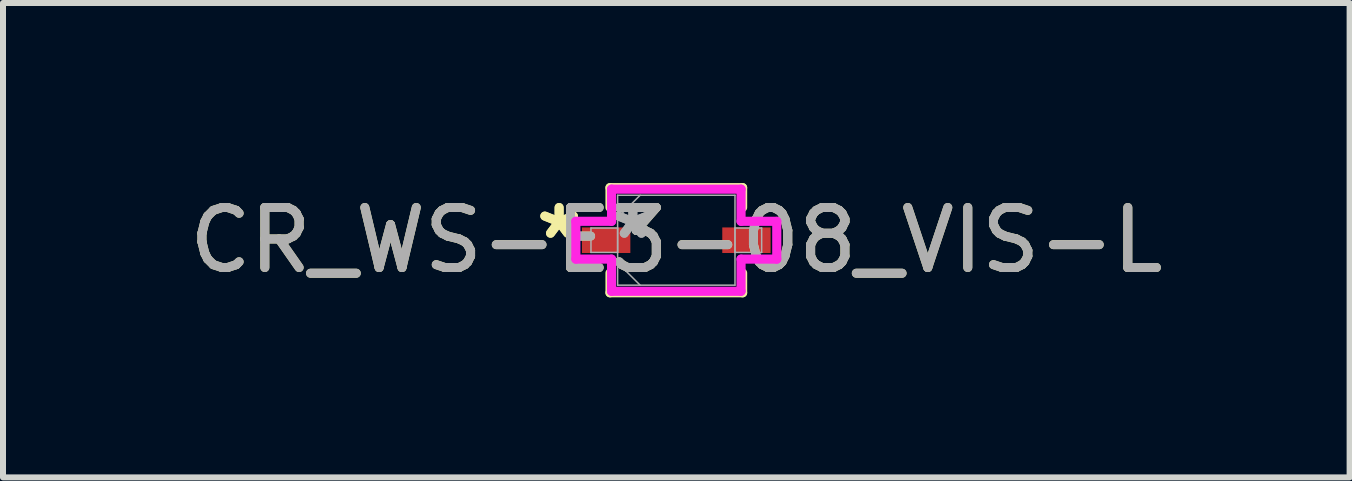
<source format=kicad_pcb>
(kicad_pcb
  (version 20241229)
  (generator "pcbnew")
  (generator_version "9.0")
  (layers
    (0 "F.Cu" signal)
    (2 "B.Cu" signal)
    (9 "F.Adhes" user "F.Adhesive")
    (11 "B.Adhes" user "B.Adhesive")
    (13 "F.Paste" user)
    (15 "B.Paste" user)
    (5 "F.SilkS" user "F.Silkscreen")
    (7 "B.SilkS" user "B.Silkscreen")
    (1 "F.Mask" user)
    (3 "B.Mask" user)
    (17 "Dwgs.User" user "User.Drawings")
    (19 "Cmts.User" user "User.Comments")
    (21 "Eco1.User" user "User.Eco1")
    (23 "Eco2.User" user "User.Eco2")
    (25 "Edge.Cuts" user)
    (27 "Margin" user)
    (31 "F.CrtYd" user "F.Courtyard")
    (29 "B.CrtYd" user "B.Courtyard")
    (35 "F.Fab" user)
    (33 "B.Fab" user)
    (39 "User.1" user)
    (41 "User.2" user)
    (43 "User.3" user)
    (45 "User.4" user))
  (footprint "CR_WS-E3-08_VIS-L"
    (layer "F.Cu")
    (at 8.22 0.953)
    (property "Reference" "CR_WS-E3-08_VIS-L" (at 0 0 0) (unlocked yes) (layer "F.SilkS") (effects (font (size 1 1) (thickness 0.15))))
    (attr smd)
    (fp_line (start -1.105 -0.876) (end -1.105 -0.546) (stroke (width 0.152) (type solid)) (layer "F.SilkS"))
    (fp_line (start -1.105 0.546) (end -1.105 0.876) (stroke (width 0.152) (type solid)) (layer "F.SilkS"))
    (fp_line (start -1.105 0.876) (end 1.105 0.876) (stroke (width 0.152) (type solid)) (layer "F.SilkS"))
    (fp_line (start 1.105 -0.876) (end -1.105 -0.876) (stroke (width 0.152) (type solid)) (layer "F.SilkS"))
    (fp_line (start 1.105 -0.546) (end 1.105 -0.876) (stroke (width 0.152) (type solid)) (layer "F.SilkS"))
    (fp_line (start 1.105 0.876) (end 1.105 0.546) (stroke (width 0.152) (type solid)) (layer "F.SilkS"))
    (fp_line (start -1.674 -0.315) (end -1.079 -0.315) (stroke (width 0.152) (type solid)) (layer "F.CrtYd"))
    (fp_line (start -1.674 0.315) (end -1.674 -0.315) (stroke (width 0.152) (type solid)) (layer "F.CrtYd"))
    (fp_line (start -1.079 -0.851) (end 1.079 -0.851) (stroke (width 0.152) (type solid)) (layer "F.CrtYd"))
    (fp_line (start -1.079 -0.315) (end -1.079 -0.851) (stroke (width 0.152) (type solid)) (layer "F.CrtYd"))
    (fp_line (start -1.079 0.315) (end -1.674 0.315) (stroke (width 0.152) (type solid)) (layer "F.CrtYd"))
    (fp_line (start -1.079 0.851) (end -1.079 0.315) (stroke (width 0.152) (type solid)) (layer "F.CrtYd"))
    (fp_line (start 1.079 -0.851) (end 1.079 -0.315) (stroke (width 0.152) (type solid)) (layer "F.CrtYd"))
    (fp_line (start 1.079 -0.315) (end 1.674 -0.315) (stroke (width 0.152) (type solid)) (layer "F.CrtYd"))
    (fp_line (start 1.079 0.315) (end 1.079 0.851) (stroke (width 0.152) (type solid)) (layer "F.CrtYd"))
    (fp_line (start 1.079 0.851) (end -1.079 0.851) (stroke (width 0.152) (type solid)) (layer "F.CrtYd"))
    (fp_line (start 1.674 -0.315) (end 1.674 0.315) (stroke (width 0.152) (type solid)) (layer "F.CrtYd"))
    (fp_line (start 1.674 0.315) (end 1.079 0.315) (stroke (width 0.152) (type solid)) (layer "F.CrtYd"))
    (fp_line (start -1.422 -0.203) (end -1.422 0.203) (stroke (width 0.025) (type solid)) (layer "F.Fab"))
    (fp_line (start -1.422 0.203) (end -0.978 0.203) (stroke (width 0.025) (type solid)) (layer "F.Fab"))
    (fp_line (start -0.978 -0.749) (end -0.978 0.749) (stroke (width 0.025) (type solid)) (layer "F.Fab"))
    (fp_line (start -0.978 -0.375) (end -0.603 -0.749) (stroke (width 0.025) (type solid)) (layer "F.Fab"))
    (fp_line (start -0.978 -0.203) (end -1.422 -0.203) (stroke (width 0.025) (type solid)) (layer "F.Fab"))
    (fp_line (start -0.978 0.203) (end -0.978 -0.203) (stroke (width 0.025) (type solid)) (layer "F.Fab"))
    (fp_line (start -0.978 0.375) (end -0.603 0.749) (stroke (width 0.025) (type solid)) (layer "F.Fab"))
    (fp_line (start -0.978 0.749) (end 0.978 0.749) (stroke (width 0.025) (type solid)) (layer "F.Fab"))
    (fp_line (start 0.978 -0.749) (end -0.978 -0.749) (stroke (width 0.025) (type solid)) (layer "F.Fab"))
    (fp_line (start 0.978 -0.203) (end 0.978 0.203) (stroke (width 0.025) (type solid)) (layer "F.Fab"))
    (fp_line (start 0.978 0.203) (end 1.422 0.203) (stroke (width 0.025) (type solid)) (layer "F.Fab"))
    (fp_line (start 0.978 0.749) (end 0.978 -0.749) (stroke (width 0.025) (type solid)) (layer "F.Fab"))
    (fp_line (start 1.422 -0.203) (end 0.978 -0.203) (stroke (width 0.025) (type solid)) (layer "F.Fab"))
    (fp_line (start 1.422 0.203) (end 1.422 -0.203) (stroke (width 0.025) (type solid)) (layer "F.Fab"))
    (fp_text user "*" (at -1.953 0 0) (unlocked yes) (layer "F.SilkS") (effects (font (size 1 1) (thickness 0.15))))
    (fp_text user "*" (at -1.953 0 0) (layer "F.SilkS") (effects (font (size 1 1) (thickness 0.15))))
    (fp_text user "*" (at -0.724 0 0) (layer "F.Fab") (effects (font (size 1 1) (thickness 0.15))))
    (fp_text user "*" (at -0.724 0 0) (unlocked yes) (layer "F.Fab") (effects (font (size 1 1) (thickness 0.15))))
    (fp_text user "${REFERENCE}" (at 0 0 0) (unlocked yes) (layer "F.Fab") (effects (font (size 1 1) (thickness 0.15))))
    (pad "1" smd rect (at -1.169 0) (size 0.806 0.426) (layers "F.Cu" "F.Mask" "F.Paste"))
    (pad "2" smd rect (at 1.169 0) (size 0.806 0.426) (layers "F.Cu" "F.Mask" "F.Paste")))
  (gr_rect
    (start -3 -3)
    (end 19.44 4.905)
    (stroke (width 0.1) (type default))
    (fill no)
    (layer "Edge.Cuts")))
</source>
